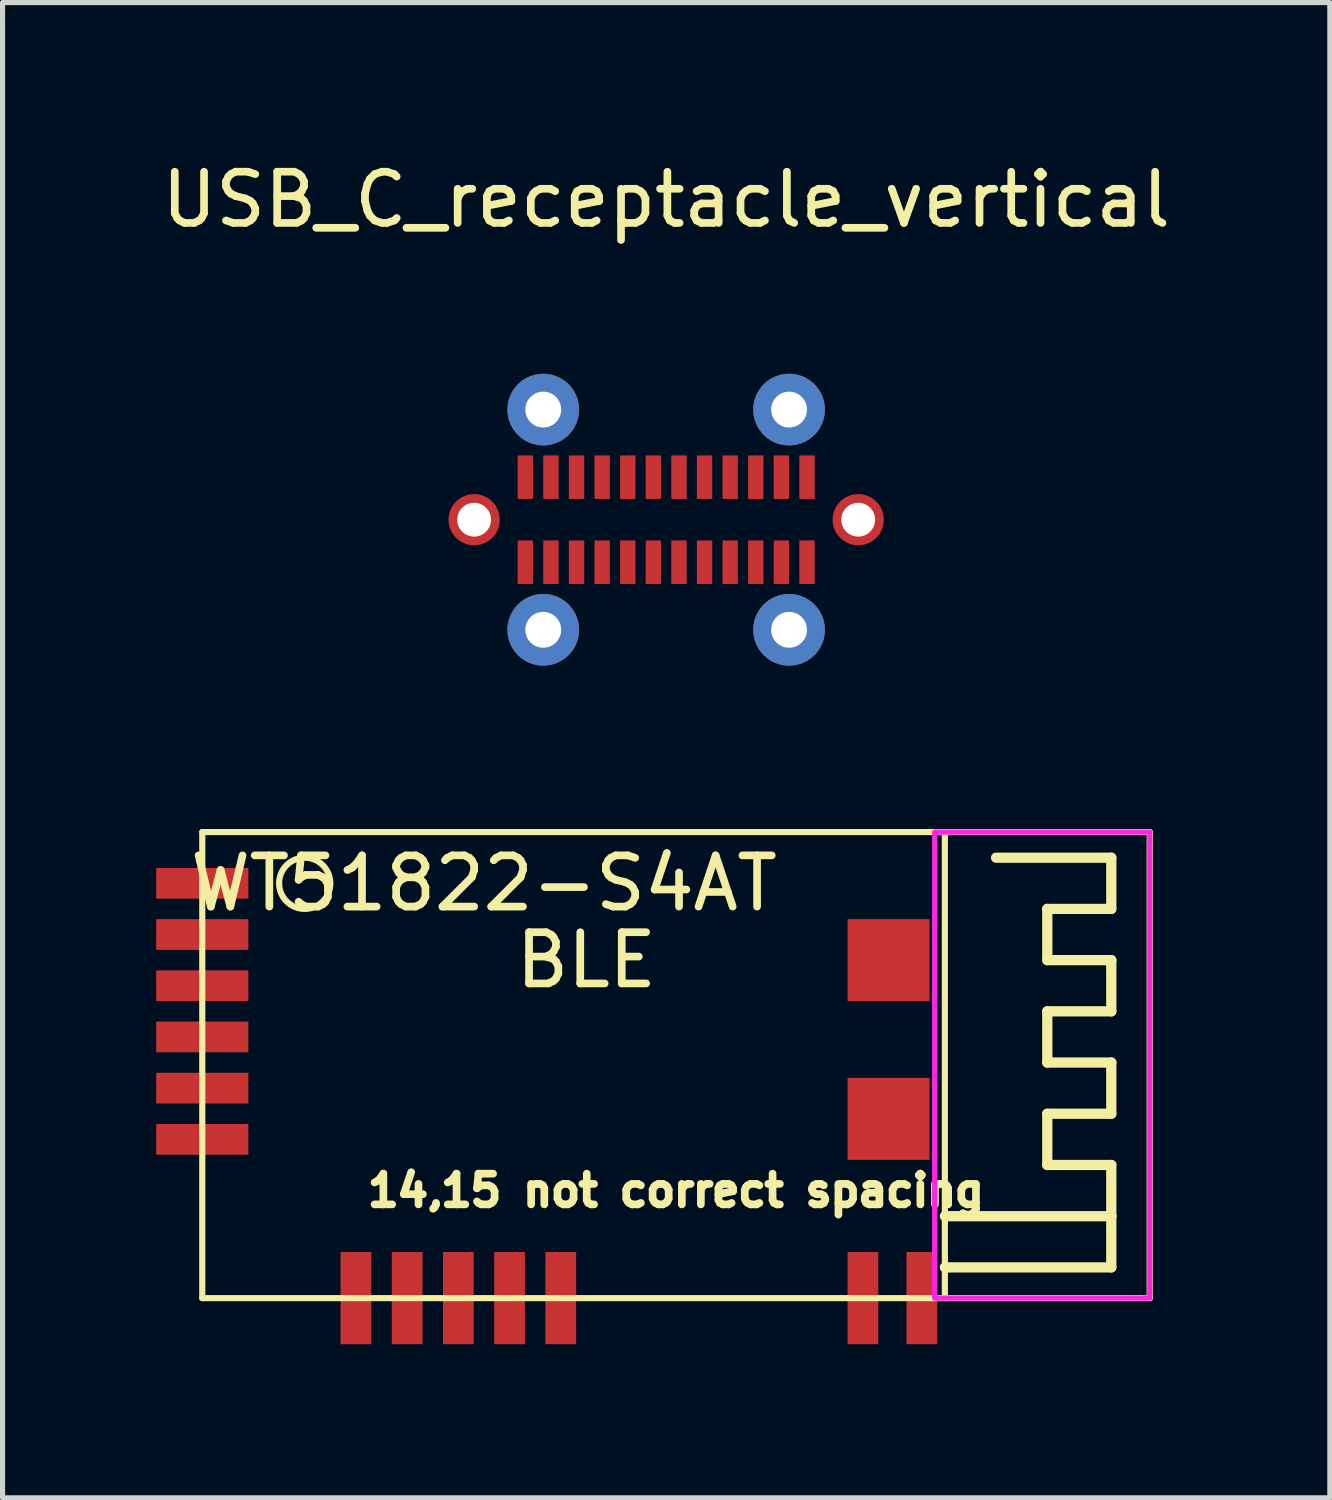
<source format=kicad_pcb>
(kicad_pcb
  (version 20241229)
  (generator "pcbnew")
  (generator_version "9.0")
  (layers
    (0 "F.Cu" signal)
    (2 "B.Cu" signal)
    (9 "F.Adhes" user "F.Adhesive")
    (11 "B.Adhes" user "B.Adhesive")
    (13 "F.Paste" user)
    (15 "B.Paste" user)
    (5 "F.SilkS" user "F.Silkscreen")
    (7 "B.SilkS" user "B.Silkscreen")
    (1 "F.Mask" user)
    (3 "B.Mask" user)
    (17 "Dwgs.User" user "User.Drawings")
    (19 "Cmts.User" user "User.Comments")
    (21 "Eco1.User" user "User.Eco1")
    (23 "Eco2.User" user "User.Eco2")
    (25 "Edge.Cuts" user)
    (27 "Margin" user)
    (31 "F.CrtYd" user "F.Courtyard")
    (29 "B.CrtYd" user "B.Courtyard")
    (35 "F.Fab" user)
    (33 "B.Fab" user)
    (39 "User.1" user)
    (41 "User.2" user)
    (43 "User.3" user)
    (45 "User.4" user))
  (footprint "USB_C_receptacle_vertical"
    (layer "F.Cu")
    (at 9.958 7.098)
    (property "Reference" "USB_C_receptacle_vertical" (at 0 -6.25 0) (layer "F.SilkS") (effects (font (size 1 1) (thickness 0.15))))
    (attr through_hole)
    (pad "" np_thru_hole circle (at -3.75 0) (size 1 1) (drill 0.66) (layers "F.Cu"))
    (pad "" np_thru_hole circle (at 3.75 0 180) (size 1 1) (drill 0.66) (layers "F.Cu"))
    (pad "A1" smd rect (at -2.75 -0.83) (size 0.3 0.85) (layers "F.Cu" "F.Mask" "F.Paste"))
    (pad "A2" smd rect (at -2.25 -0.83) (size 0.3 0.85) (layers "F.Cu" "F.Mask" "F.Paste"))
    (pad "A3" smd rect (at -1.75 -0.83) (size 0.3 0.85) (layers "F.Cu" "F.Mask" "F.Paste"))
    (pad "A4" smd rect (at -1.25 -0.83) (size 0.3 0.85) (layers "F.Cu" "F.Mask" "F.Paste"))
    (pad "A5" smd rect (at -0.75 -0.83) (size 0.3 0.85) (layers "F.Cu" "F.Mask" "F.Paste"))
    (pad "A6" smd rect (at -0.25 -0.83) (size 0.3 0.85) (layers "F.Cu" "F.Mask" "F.Paste"))
    (pad "A7" smd rect (at 0.25 -0.83) (size 0.3 0.85) (layers "F.Cu" "F.Mask" "F.Paste"))
    (pad "A8" smd rect (at 0.75 -0.83) (size 0.3 0.85) (layers "F.Cu" "F.Mask" "F.Paste"))
    (pad "A9" smd rect (at 1.25 -0.83) (size 0.3 0.85) (layers "F.Cu" "F.Mask" "F.Paste"))
    (pad "A10" smd rect (at 1.75 -0.83) (size 0.3 0.85) (layers "F.Cu" "F.Mask" "F.Paste"))
    (pad "A11" smd rect (at 2.25 -0.83) (size 0.3 0.85) (layers "F.Cu" "F.Mask" "F.Paste"))
    (pad "A12" smd rect (at 2.75 -0.83) (size 0.3 0.85) (layers "F.Cu" "F.Mask" "F.Paste"))
    (pad "B1" smd rect (at 2.75 0.83 180) (size 0.3 0.85) (layers "F.Cu" "F.Mask" "F.Paste"))
    (pad "B2" smd rect (at 2.25 0.83 180) (size 0.3 0.85) (layers "F.Cu" "F.Mask" "F.Paste"))
    (pad "B3" smd rect (at 1.75 0.83 180) (size 0.3 0.85) (layers "F.Cu" "F.Mask" "F.Paste"))
    (pad "B4" smd rect (at 1.25 0.83 180) (size 0.3 0.85) (layers "F.Cu" "F.Mask" "F.Paste"))
    (pad "B5" smd rect (at 0.75 0.83 180) (size 0.3 0.85) (layers "F.Cu" "F.Mask" "F.Paste"))
    (pad "B6" smd rect (at 0.25 0.83 180) (size 0.3 0.85) (layers "F.Cu" "F.Mask" "F.Paste"))
    (pad "B7" smd rect (at -0.25 0.83 180) (size 0.3 0.85) (layers "F.Cu" "F.Mask" "F.Paste"))
    (pad "B8" smd rect (at -0.75 0.83 180) (size 0.3 0.85) (layers "F.Cu" "F.Mask" "F.Paste"))
    (pad "B9" smd rect (at -1.25 0.83 180) (size 0.3 0.85) (layers "F.Cu" "F.Mask" "F.Paste"))
    (pad "B10" smd rect (at -1.75 0.83 180) (size 0.3 0.85) (layers "F.Cu" "F.Mask" "F.Paste"))
    (pad "B11" smd rect (at -2.25 0.83 180) (size 0.3 0.85) (layers "F.Cu" "F.Mask" "F.Paste"))
    (pad "B12" smd rect (at -2.75 0.83 180) (size 0.3 0.85) (layers "F.Cu" "F.Mask" "F.Paste"))
    (pad "S1" thru_hole circle (at -2.4 -2.15) (size 1.4 1.4) (drill 0.7) (layers "*.Cu" "*.Mask"))
    (pad "S1" thru_hole circle (at -2.4 2.15) (size 1.4 1.4) (drill 0.7) (layers "*.Cu" "*.Mask"))
    (pad "S1" thru_hole circle (at 2.4 -2.15) (size 1.4 1.4) (drill 0.7) (layers "*.Cu" "*.Mask"))
    (pad "S1" thru_hole circle (at 2.4 2.15 180) (size 1.4 1.4) (drill 0.7) (layers "*.Cu" "*.Mask")))
  (footprint "WT51822-S4AT"
    (layer "F.Cu")
    (at 9.9 13.198)
    (property "Reference" "WT51822-S4AT" (at -3.5 1 0) (layer "F.SilkS") (effects (font (size 1 1) (thickness 0.15))))
    (attr through_hole)
    (fp_line (start -9 0) (end 9.5 0) (stroke (width 0.12) (type solid)) (layer "F.SilkS"))
    (fp_line (start -9 9.1) (end -9 0) (stroke (width 0.12) (type solid)) (layer "F.SilkS"))
    (fp_line (start 5.5 8.5) (end 8.75 8.5) (stroke (width 0.2) (type solid)) (layer "F.SilkS"))
    (fp_line (start 5.5 9.1) (end 5.5 0) (stroke (width 0.12) (type solid)) (layer "F.SilkS"))
    (fp_line (start 6.5 0.5) (end 8.75 0.5) (stroke (width 0.2) (type solid)) (layer "F.SilkS"))
    (fp_line (start 7.5 1.5) (end 8.75 1.5) (stroke (width 0.2) (type solid)) (layer "F.SilkS"))
    (fp_line (start 7.5 2.5) (end 7.5 1.5) (stroke (width 0.2) (type solid)) (layer "F.SilkS"))
    (fp_line (start 7.5 3.5) (end 8.75 3.5) (stroke (width 0.2) (type solid)) (layer "F.SilkS"))
    (fp_line (start 7.5 4.5) (end 7.5 3.5) (stroke (width 0.2) (type solid)) (layer "F.SilkS"))
    (fp_line (start 7.5 5.5) (end 8.75 5.5) (stroke (width 0.2) (type solid)) (layer "F.SilkS"))
    (fp_line (start 7.5 6.5) (end 7.5 5.5) (stroke (width 0.2) (type solid)) (layer "F.SilkS"))
    (fp_line (start 8.75 1.5) (end 8.75 0.5) (stroke (width 0.2) (type solid)) (layer "F.SilkS"))
    (fp_line (start 8.75 2.5) (end 7.5 2.5) (stroke (width 0.2) (type solid)) (layer "F.SilkS"))
    (fp_line (start 8.75 3.5) (end 8.75 2.5) (stroke (width 0.2) (type solid)) (layer "F.SilkS"))
    (fp_line (start 8.75 4.5) (end 7.5 4.5) (stroke (width 0.2) (type solid)) (layer "F.SilkS"))
    (fp_line (start 8.75 5.5) (end 8.75 4.5) (stroke (width 0.2) (type solid)) (layer "F.SilkS"))
    (fp_line (start 8.75 6.5) (end 7.5 6.5) (stroke (width 0.2) (type solid)) (layer "F.SilkS"))
    (fp_line (start 8.75 7.5) (end 5.5 7.5) (stroke (width 0.2) (type solid)) (layer "F.SilkS"))
    (fp_line (start 8.75 7.5) (end 8.75 6.5) (stroke (width 0.2) (type solid)) (layer "F.SilkS"))
    (fp_line (start 8.75 8.5) (end 8.75 7.5) (stroke (width 0.2) (type solid)) (layer "F.SilkS"))
    (fp_line (start 9.5 0) (end 9.5 9.1) (stroke (width 0.12) (type solid)) (layer "F.SilkS"))
    (fp_line (start 9.5 9.1) (end -9 9.1) (stroke (width 0.12) (type solid)) (layer "F.SilkS"))
    (fp_circle (center -7 1) (end -7.5 1) (stroke (width 0.12) (type solid)) (fill no) (layer "F.SilkS"))
    (fp_poly (pts (xy 9.5 9.1) (xy 5.3 9.1) (xy 5.3 0) (xy 9.5 0)) (stroke (width 0.1) (type solid)) (fill no) (layer "F.CrtYd"))
    (fp_text user "BLE" (at -1.5 2.5 0) (layer "F.SilkS") (effects (font (size 1 1) (thickness 0.15))))
    (fp_text user "14,15 not correct spacing" (at 0.25 7 0) (layer "F.SilkS") (effects (font (size 0.6 0.6) (thickness 0.15))))
    (pad "P1" smd rect (at -9 1) (size 1.8 0.6) (layers "F.Cu" "F.Mask" "F.Paste"))
    (pad "P2" smd rect (at -9 2) (size 1.8 0.6) (layers "F.Cu" "F.Mask" "F.Paste"))
    (pad "P3" smd rect (at -9 3) (size 1.8 0.6) (layers "F.Cu" "F.Mask" "F.Paste"))
    (pad "P4" smd rect (at -9 4) (size 1.8 0.6) (layers "F.Cu" "F.Mask" "F.Paste"))
    (pad "P5" smd rect (at -9 5) (size 1.8 0.6) (layers "F.Cu" "F.Mask" "F.Paste"))
    (pad "P6" smd rect (at -9 6) (size 1.8 0.6) (layers "F.Cu" "F.Mask" "F.Paste"))
    (pad "P7" smd rect (at -6 9.1 90) (size 1.8 0.6) (layers "F.Cu" "F.Mask" "F.Paste"))
    (pad "P8" smd rect (at -5 9.1 90) (size 1.8 0.6) (layers "F.Cu" "F.Mask" "F.Paste"))
    (pad "P9" smd rect (at -4 9.1 90) (size 1.8 0.6) (layers "F.Cu" "F.Mask" "F.Paste"))
    (pad "P10" smd rect (at -3 9.1 90) (size 1.8 0.6) (layers "F.Cu" "F.Mask" "F.Paste"))
    (pad "P11" smd rect (at -2 9.1 90) (size 1.8 0.6) (layers "F.Cu" "F.Mask" "F.Paste"))
    (pad "P12" smd rect (at 3.9 9.1 90) (size 1.8 0.6) (layers "F.Cu" "F.Mask" "F.Paste"))
    (pad "P13" smd rect (at 5.05 9.1 90) (size 1.8 0.6) (layers "F.Cu" "F.Mask" "F.Paste"))
    (pad "P14" smd rect (at 4.4 5.6 90) (size 1.6 1.6) (layers "F.Cu" "F.Mask" "F.Paste"))
    (pad "P15" smd rect (at 4.4 2.5 90) (size 1.6 1.6) (layers "F.Cu" "F.Mask" "F.Paste")))
  (gr_rect
    (start -3 -3)
    (end 22.917 26.198)
    (stroke (width 0.1) (type default))
    (fill no)
    (layer "Edge.Cuts")))
</source>
